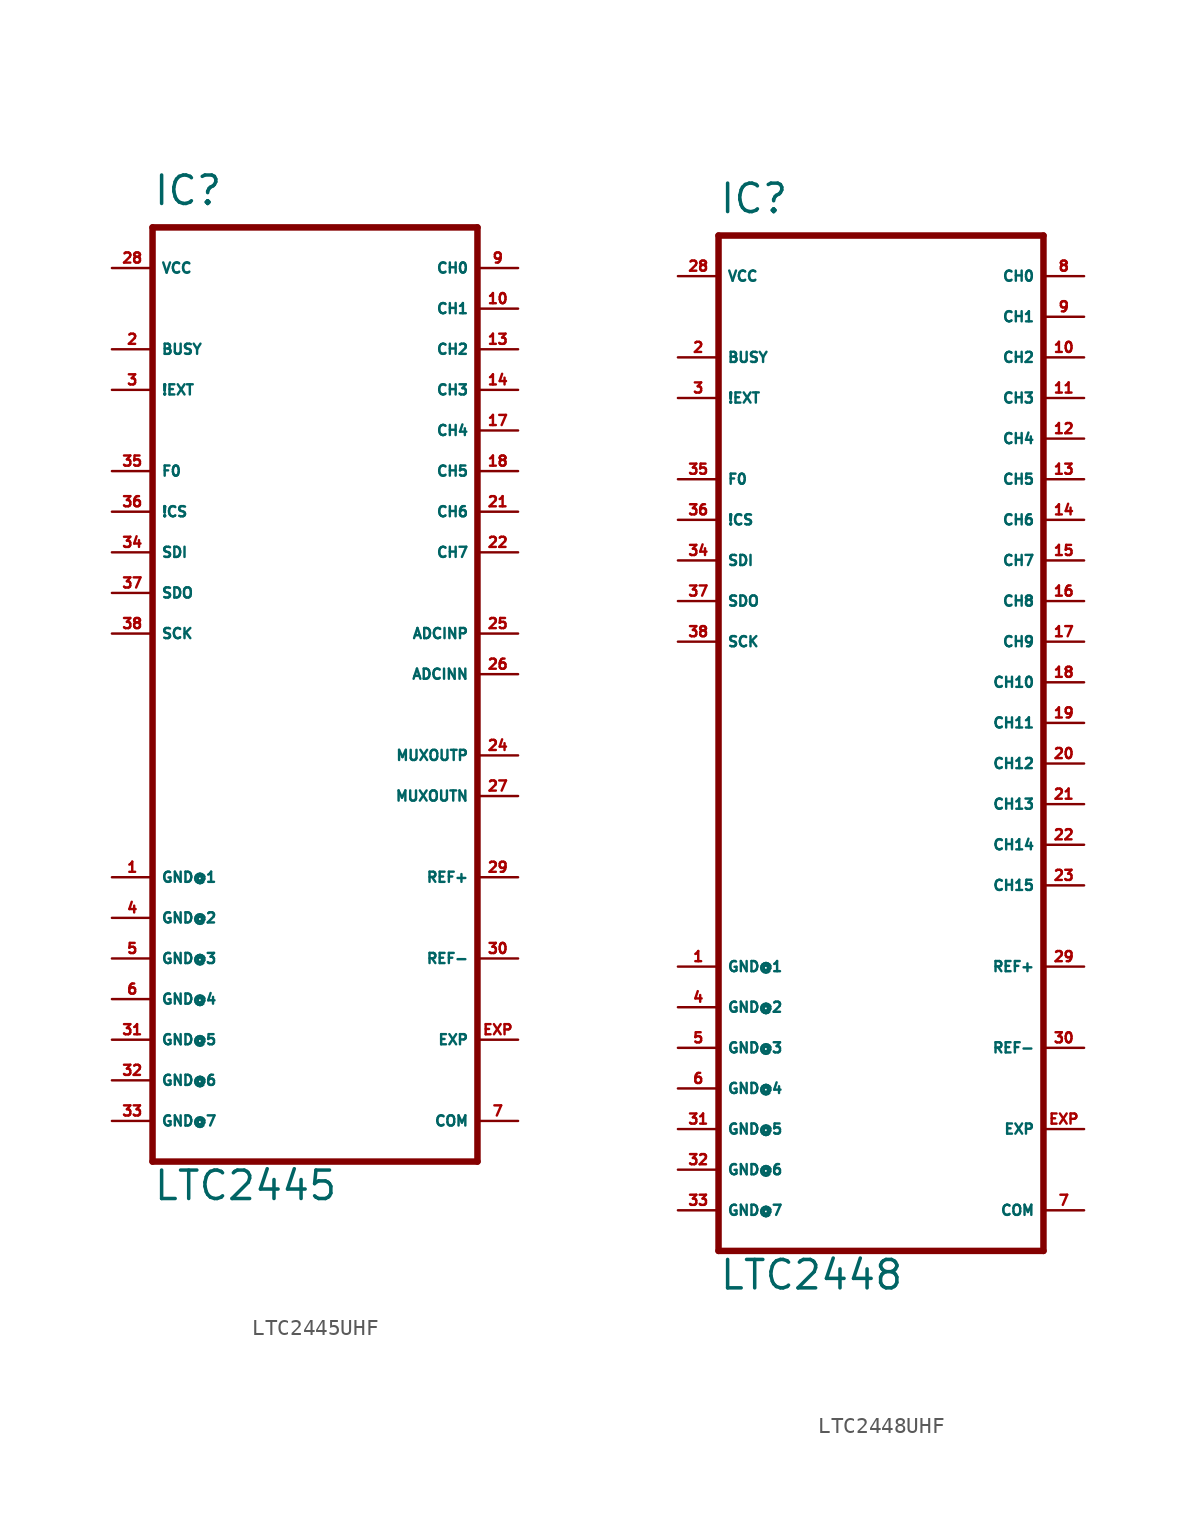
<source format=kicad_sym>
(kicad_symbol_lib
  (version 20220914)
  (generator Eagle2Kicad)
  (symbol "LTC2445UHF"
    (property "Reference" "IC"
      (at -10.16 29.21 0)
      (effects (font (size 1.778 1.778) (thickness 0.22)) (justify left bottom)))
    (property "Value" "LTC2445"
      (at -10.16 -33.02 0)
      (effects (font (size 1.778 1.778) (thickness 0.22)) (justify left bottom)))
    (polyline
      (pts (xy -10.16 27.94) (xy 10.16 27.94))
      (stroke (width 0.406) (type default))
      (fill (type none)))
    (polyline
      (pts (xy 10.16 27.94) (xy 10.16 -30.48))
      (stroke (width 0.406) (type default))
      (fill (type none)))
    (polyline
      (pts (xy 10.16 -30.48) (xy -10.16 -30.48))
      (stroke (width 0.406) (type default))
      (fill (type none)))
    (polyline
      (pts (xy -10.16 -30.48) (xy -10.16 27.94))
      (stroke (width 0.406) (type default))
      (fill (type none)))
    (pin unspecified line
      (at -12.7 -12.7 0)
      (length 2.54)
      (name "GND@1" (effects (font (size 0.635 0.635) (thickness 0.08)) (justify left bottom)))
      (number "1" (effects (font (size 0.635 0.635) (thickness 0.08)) (justify left bottom))))
    (pin unspecified line
      (at -12.7 -15.24 0)
      (length 2.54)
      (name "GND@2" (effects (font (size 0.635 0.635) (thickness 0.08)) (justify left bottom)))
      (number "4" (effects (font (size 0.635 0.635) (thickness 0.08)) (justify left bottom))))
    (pin unspecified line
      (at -12.7 -17.78 0)
      (length 2.54)
      (name "GND@3" (effects (font (size 0.635 0.635) (thickness 0.08)) (justify left bottom)))
      (number "5" (effects (font (size 0.635 0.635) (thickness 0.08)) (justify left bottom))))
    (pin unspecified line
      (at -12.7 -20.32 0)
      (length 2.54)
      (name "GND@4" (effects (font (size 0.635 0.635) (thickness 0.08)) (justify left bottom)))
      (number "6" (effects (font (size 0.635 0.635) (thickness 0.08)) (justify left bottom))))
    (pin output line
      (at -12.7 20.32 0)
      (length 2.54)
      (name "BUSY" (effects (font (size 0.635 0.635) (thickness 0.08)) (justify left bottom)))
      (number "2" (effects (font (size 0.635 0.635) (thickness 0.08)) (justify left bottom))))
    (pin output line
      (at -12.7 17.78 0)
      (length 2.54)
      (name "!EXT" (effects (font (size 0.635 0.635) (thickness 0.08)) (justify left bottom)))
      (number "3" (effects (font (size 0.635 0.635) (thickness 0.08)) (justify left bottom))))
    (pin input line
      (at 12.7 25.4 180)
      (length 2.54)
      (name "CH0" (effects (font (size 0.635 0.635) (thickness 0.08)) (justify left bottom)))
      (number "9" (effects (font (size 0.635 0.635) (thickness 0.08)) (justify left bottom))))
    (pin input line
      (at 12.7 22.86 180)
      (length 2.54)
      (name "CH1" (effects (font (size 0.635 0.635) (thickness 0.08)) (justify left bottom)))
      (number "10" (effects (font (size 0.635 0.635) (thickness 0.08)) (justify left bottom))))
    (pin input line
      (at 12.7 20.32 180)
      (length 2.54)
      (name "CH2" (effects (font (size 0.635 0.635) (thickness 0.08)) (justify left bottom)))
      (number "13" (effects (font (size 0.635 0.635) (thickness 0.08)) (justify left bottom))))
    (pin input line
      (at 12.7 17.78 180)
      (length 2.54)
      (name "CH3" (effects (font (size 0.635 0.635) (thickness 0.08)) (justify left bottom)))
      (number "14" (effects (font (size 0.635 0.635) (thickness 0.08)) (justify left bottom))))
    (pin input line
      (at 12.7 15.24 180)
      (length 2.54)
      (name "CH4" (effects (font (size 0.635 0.635) (thickness 0.08)) (justify left bottom)))
      (number "17" (effects (font (size 0.635 0.635) (thickness 0.08)) (justify left bottom))))
    (pin input line
      (at 12.7 12.7 180)
      (length 2.54)
      (name "CH5" (effects (font (size 0.635 0.635) (thickness 0.08)) (justify left bottom)))
      (number "18" (effects (font (size 0.635 0.635) (thickness 0.08)) (justify left bottom))))
    (pin input line
      (at 12.7 10.16 180)
      (length 2.54)
      (name "CH6" (effects (font (size 0.635 0.635) (thickness 0.08)) (justify left bottom)))
      (number "21" (effects (font (size 0.635 0.635) (thickness 0.08)) (justify left bottom))))
    (pin input line
      (at 12.7 7.62 180)
      (length 2.54)
      (name "CH7" (effects (font (size 0.635 0.635) (thickness 0.08)) (justify left bottom)))
      (number "22" (effects (font (size 0.635 0.635) (thickness 0.08)) (justify left bottom))))
    (pin input line
      (at 12.7 -12.7 180)
      (length 2.54)
      (name "REF+" (effects (font (size 0.635 0.635) (thickness 0.08)) (justify left bottom)))
      (number "29" (effects (font (size 0.635 0.635) (thickness 0.08)) (justify left bottom))))
    (pin input line
      (at 12.7 -17.78 180)
      (length 2.54)
      (name "REF-" (effects (font (size 0.635 0.635) (thickness 0.08)) (justify left bottom)))
      (number "30" (effects (font (size 0.635 0.635) (thickness 0.08)) (justify left bottom))))
    (pin input line
      (at -12.7 7.62 0)
      (length 2.54)
      (name "SDI" (effects (font (size 0.635 0.635) (thickness 0.08)) (justify left bottom)))
      (number "34" (effects (font (size 0.635 0.635) (thickness 0.08)) (justify left bottom))))
    (pin input line
      (at -12.7 12.7 0)
      (length 2.54)
      (name "F0" (effects (font (size 0.635 0.635) (thickness 0.08)) (justify left bottom)))
      (number "35" (effects (font (size 0.635 0.635) (thickness 0.08)) (justify left bottom))))
    (pin input line
      (at -12.7 10.16 0)
      (length 2.54)
      (name "!CS" (effects (font (size 0.635 0.635) (thickness 0.08)) (justify left bottom)))
      (number "36" (effects (font (size 0.635 0.635) (thickness 0.08)) (justify left bottom))))
    (pin tri_state line
      (at -12.7 5.08 0)
      (length 2.54)
      (name "SDO" (effects (font (size 0.635 0.635) (thickness 0.08)) (justify left bottom)))
      (number "37" (effects (font (size 0.635 0.635) (thickness 0.08)) (justify left bottom))))
    (pin bidirectional line
      (at -12.7 2.54 0)
      (length 2.54)
      (name "SCK" (effects (font (size 0.635 0.635) (thickness 0.08)) (justify left bottom)))
      (number "38" (effects (font (size 0.635 0.635) (thickness 0.08)) (justify left bottom))))
    (pin unspecified line
      (at -12.7 -22.86 0)
      (length 2.54)
      (name "GND@5" (effects (font (size 0.635 0.635) (thickness 0.08)) (justify left bottom)))
      (number "31" (effects (font (size 0.635 0.635) (thickness 0.08)) (justify left bottom))))
    (pin unspecified line
      (at -12.7 -25.4 0)
      (length 2.54)
      (name "GND@6" (effects (font (size 0.635 0.635) (thickness 0.08)) (justify left bottom)))
      (number "32" (effects (font (size 0.635 0.635) (thickness 0.08)) (justify left bottom))))
    (pin unspecified line
      (at -12.7 -27.94 0)
      (length 2.54)
      (name "GND@7" (effects (font (size 0.635 0.635) (thickness 0.08)) (justify left bottom)))
      (number "33" (effects (font (size 0.635 0.635) (thickness 0.08)) (justify left bottom))))
    (pin unspecified line
      (at 12.7 -27.94 180)
      (length 2.54)
      (name "COM" (effects (font (size 0.635 0.635) (thickness 0.08)) (justify left bottom)))
      (number "7" (effects (font (size 0.635 0.635) (thickness 0.08)) (justify left bottom))))
    (pin passive line
      (at 12.7 -22.86 180)
      (length 2.54)
      (name "EXP" (effects (font (size 0.635 0.635) (thickness 0.08)) (justify left bottom)))
      (number "EXP" (effects (font (size 0.635 0.635) (thickness 0.08)) (justify left bottom))))
    (pin unspecified line
      (at -12.7 25.4 0)
      (length 2.54)
      (name "VCC" (effects (font (size 0.635 0.635) (thickness 0.08)) (justify left bottom)))
      (number "28" (effects (font (size 0.635 0.635) (thickness 0.08)) (justify left bottom))))
    (pin output line
      (at 12.7 -5.08 180)
      (length 2.54)
      (name "MUXOUTP" (effects (font (size 0.635 0.635) (thickness 0.08)) (justify left bottom)))
      (number "24" (effects (font (size 0.635 0.635) (thickness 0.08)) (justify left bottom))))
    (pin output line
      (at 12.7 -7.62 180)
      (length 2.54)
      (name "MUXOUTN" (effects (font (size 0.635 0.635) (thickness 0.08)) (justify left bottom)))
      (number "27" (effects (font (size 0.635 0.635) (thickness 0.08)) (justify left bottom))))
    (pin input line
      (at 12.7 2.54 180)
      (length 2.54)
      (name "ADCINP" (effects (font (size 0.635 0.635) (thickness 0.08)) (justify left bottom)))
      (number "25" (effects (font (size 0.635 0.635) (thickness 0.08)) (justify left bottom))))
    (pin input line
      (at 12.7 0 180)
      (length 2.54)
      (name "ADCINN" (effects (font (size 0.635 0.635) (thickness 0.08)) (justify left bottom)))
      (number "26" (effects (font (size 0.635 0.635) (thickness 0.08)) (justify left bottom)))))
  (symbol "LTC2448UHF"
    (property "Reference" "IC"
      (at -10.16 31.75 0)
      (effects (font (size 1.778 1.778) (thickness 0.22)) (justify left bottom)))
    (property "Value" "LTC2448"
      (at -10.16 -35.56 0)
      (effects (font (size 1.778 1.778) (thickness 0.22)) (justify left bottom)))
    (polyline
      (pts (xy -10.16 30.48) (xy 10.16 30.48))
      (stroke (width 0.406) (type default))
      (fill (type none)))
    (polyline
      (pts (xy 10.16 30.48) (xy 10.16 -33.02))
      (stroke (width 0.406) (type default))
      (fill (type none)))
    (polyline
      (pts (xy 10.16 -33.02) (xy -10.16 -33.02))
      (stroke (width 0.406) (type default))
      (fill (type none)))
    (polyline
      (pts (xy -10.16 -33.02) (xy -10.16 30.48))
      (stroke (width 0.406) (type default))
      (fill (type none)))
    (pin unspecified line
      (at -12.7 -15.24 0)
      (length 2.54)
      (name "GND@1" (effects (font (size 0.635 0.635) (thickness 0.08)) (justify left bottom)))
      (number "1" (effects (font (size 0.635 0.635) (thickness 0.08)) (justify left bottom))))
    (pin unspecified line
      (at -12.7 -17.78 0)
      (length 2.54)
      (name "GND@2" (effects (font (size 0.635 0.635) (thickness 0.08)) (justify left bottom)))
      (number "4" (effects (font (size 0.635 0.635) (thickness 0.08)) (justify left bottom))))
    (pin unspecified line
      (at -12.7 -20.32 0)
      (length 2.54)
      (name "GND@3" (effects (font (size 0.635 0.635) (thickness 0.08)) (justify left bottom)))
      (number "5" (effects (font (size 0.635 0.635) (thickness 0.08)) (justify left bottom))))
    (pin unspecified line
      (at -12.7 -22.86 0)
      (length 2.54)
      (name "GND@4" (effects (font (size 0.635 0.635) (thickness 0.08)) (justify left bottom)))
      (number "6" (effects (font (size 0.635 0.635) (thickness 0.08)) (justify left bottom))))
    (pin output line
      (at -12.7 22.86 0)
      (length 2.54)
      (name "BUSY" (effects (font (size 0.635 0.635) (thickness 0.08)) (justify left bottom)))
      (number "2" (effects (font (size 0.635 0.635) (thickness 0.08)) (justify left bottom))))
    (pin output line
      (at -12.7 20.32 0)
      (length 2.54)
      (name "!EXT" (effects (font (size 0.635 0.635) (thickness 0.08)) (justify left bottom)))
      (number "3" (effects (font (size 0.635 0.635) (thickness 0.08)) (justify left bottom))))
    (pin input line
      (at 12.7 27.94 180)
      (length 2.54)
      (name "CH0" (effects (font (size 0.635 0.635) (thickness 0.08)) (justify left bottom)))
      (number "8" (effects (font (size 0.635 0.635) (thickness 0.08)) (justify left bottom))))
    (pin input line
      (at 12.7 25.4 180)
      (length 2.54)
      (name "CH1" (effects (font (size 0.635 0.635) (thickness 0.08)) (justify left bottom)))
      (number "9" (effects (font (size 0.635 0.635) (thickness 0.08)) (justify left bottom))))
    (pin input line
      (at 12.7 22.86 180)
      (length 2.54)
      (name "CH2" (effects (font (size 0.635 0.635) (thickness 0.08)) (justify left bottom)))
      (number "10" (effects (font (size 0.635 0.635) (thickness 0.08)) (justify left bottom))))
    (pin input line
      (at 12.7 20.32 180)
      (length 2.54)
      (name "CH3" (effects (font (size 0.635 0.635) (thickness 0.08)) (justify left bottom)))
      (number "11" (effects (font (size 0.635 0.635) (thickness 0.08)) (justify left bottom))))
    (pin input line
      (at 12.7 17.78 180)
      (length 2.54)
      (name "CH4" (effects (font (size 0.635 0.635) (thickness 0.08)) (justify left bottom)))
      (number "12" (effects (font (size 0.635 0.635) (thickness 0.08)) (justify left bottom))))
    (pin input line
      (at 12.7 15.24 180)
      (length 2.54)
      (name "CH5" (effects (font (size 0.635 0.635) (thickness 0.08)) (justify left bottom)))
      (number "13" (effects (font (size 0.635 0.635) (thickness 0.08)) (justify left bottom))))
    (pin input line
      (at 12.7 12.7 180)
      (length 2.54)
      (name "CH6" (effects (font (size 0.635 0.635) (thickness 0.08)) (justify left bottom)))
      (number "14" (effects (font (size 0.635 0.635) (thickness 0.08)) (justify left bottom))))
    (pin input line
      (at 12.7 10.16 180)
      (length 2.54)
      (name "CH7" (effects (font (size 0.635 0.635) (thickness 0.08)) (justify left bottom)))
      (number "15" (effects (font (size 0.635 0.635) (thickness 0.08)) (justify left bottom))))
    (pin input line
      (at 12.7 -15.24 180)
      (length 2.54)
      (name "REF+" (effects (font (size 0.635 0.635) (thickness 0.08)) (justify left bottom)))
      (number "29" (effects (font (size 0.635 0.635) (thickness 0.08)) (justify left bottom))))
    (pin input line
      (at 12.7 -20.32 180)
      (length 2.54)
      (name "REF-" (effects (font (size 0.635 0.635) (thickness 0.08)) (justify left bottom)))
      (number "30" (effects (font (size 0.635 0.635) (thickness 0.08)) (justify left bottom))))
    (pin input line
      (at -12.7 10.16 0)
      (length 2.54)
      (name "SDI" (effects (font (size 0.635 0.635) (thickness 0.08)) (justify left bottom)))
      (number "34" (effects (font (size 0.635 0.635) (thickness 0.08)) (justify left bottom))))
    (pin input line
      (at -12.7 15.24 0)
      (length 2.54)
      (name "F0" (effects (font (size 0.635 0.635) (thickness 0.08)) (justify left bottom)))
      (number "35" (effects (font (size 0.635 0.635) (thickness 0.08)) (justify left bottom))))
    (pin input line
      (at -12.7 12.7 0)
      (length 2.54)
      (name "!CS" (effects (font (size 0.635 0.635) (thickness 0.08)) (justify left bottom)))
      (number "36" (effects (font (size 0.635 0.635) (thickness 0.08)) (justify left bottom))))
    (pin tri_state line
      (at -12.7 7.62 0)
      (length 2.54)
      (name "SDO" (effects (font (size 0.635 0.635) (thickness 0.08)) (justify left bottom)))
      (number "37" (effects (font (size 0.635 0.635) (thickness 0.08)) (justify left bottom))))
    (pin bidirectional line
      (at -12.7 5.08 0)
      (length 2.54)
      (name "SCK" (effects (font (size 0.635 0.635) (thickness 0.08)) (justify left bottom)))
      (number "38" (effects (font (size 0.635 0.635) (thickness 0.08)) (justify left bottom))))
    (pin unspecified line
      (at -12.7 -25.4 0)
      (length 2.54)
      (name "GND@5" (effects (font (size 0.635 0.635) (thickness 0.08)) (justify left bottom)))
      (number "31" (effects (font (size 0.635 0.635) (thickness 0.08)) (justify left bottom))))
    (pin unspecified line
      (at -12.7 -27.94 0)
      (length 2.54)
      (name "GND@6" (effects (font (size 0.635 0.635) (thickness 0.08)) (justify left bottom)))
      (number "32" (effects (font (size 0.635 0.635) (thickness 0.08)) (justify left bottom))))
    (pin unspecified line
      (at -12.7 -30.48 0)
      (length 2.54)
      (name "GND@7" (effects (font (size 0.635 0.635) (thickness 0.08)) (justify left bottom)))
      (number "33" (effects (font (size 0.635 0.635) (thickness 0.08)) (justify left bottom))))
    (pin unspecified line
      (at 12.7 -30.48 180)
      (length 2.54)
      (name "COM" (effects (font (size 0.635 0.635) (thickness 0.08)) (justify left bottom)))
      (number "7" (effects (font (size 0.635 0.635) (thickness 0.08)) (justify left bottom))))
    (pin passive line
      (at 12.7 -25.4 180)
      (length 2.54)
      (name "EXP" (effects (font (size 0.635 0.635) (thickness 0.08)) (justify left bottom)))
      (number "EXP" (effects (font (size 0.635 0.635) (thickness 0.08)) (justify left bottom))))
    (pin unspecified line
      (at -12.7 27.94 0)
      (length 2.54)
      (name "VCC" (effects (font (size 0.635 0.635) (thickness 0.08)) (justify left bottom)))
      (number "28" (effects (font (size 0.635 0.635) (thickness 0.08)) (justify left bottom))))
    (pin input line
      (at 12.7 7.62 180)
      (length 2.54)
      (name "CH8" (effects (font (size 0.635 0.635) (thickness 0.08)) (justify left bottom)))
      (number "16" (effects (font (size 0.635 0.635) (thickness 0.08)) (justify left bottom))))
    (pin input line
      (at 12.7 5.08 180)
      (length 2.54)
      (name "CH9" (effects (font (size 0.635 0.635) (thickness 0.08)) (justify left bottom)))
      (number "17" (effects (font (size 0.635 0.635) (thickness 0.08)) (justify left bottom))))
    (pin input line
      (at 12.7 2.54 180)
      (length 2.54)
      (name "CH10" (effects (font (size 0.635 0.635) (thickness 0.08)) (justify left bottom)))
      (number "18" (effects (font (size 0.635 0.635) (thickness 0.08)) (justify left bottom))))
    (pin input line
      (at 12.7 0 180)
      (length 2.54)
      (name "CH11" (effects (font (size 0.635 0.635) (thickness 0.08)) (justify left bottom)))
      (number "19" (effects (font (size 0.635 0.635) (thickness 0.08)) (justify left bottom))))
    (pin input line
      (at 12.7 -2.54 180)
      (length 2.54)
      (name "CH12" (effects (font (size 0.635 0.635) (thickness 0.08)) (justify left bottom)))
      (number "20" (effects (font (size 0.635 0.635) (thickness 0.08)) (justify left bottom))))
    (pin input line
      (at 12.7 -5.08 180)
      (length 2.54)
      (name "CH13" (effects (font (size 0.635 0.635) (thickness 0.08)) (justify left bottom)))
      (number "21" (effects (font (size 0.635 0.635) (thickness 0.08)) (justify left bottom))))
    (pin input line
      (at 12.7 -7.62 180)
      (length 2.54)
      (name "CH14" (effects (font (size 0.635 0.635) (thickness 0.08)) (justify left bottom)))
      (number "22" (effects (font (size 0.635 0.635) (thickness 0.08)) (justify left bottom))))
    (pin input line
      (at 12.7 -10.16 180)
      (length 2.54)
      (name "CH15" (effects (font (size 0.635 0.635) (thickness 0.08)) (justify left bottom)))
      (number "23" (effects (font (size 0.635 0.635) (thickness 0.08)) (justify left bottom))))))
</source>
